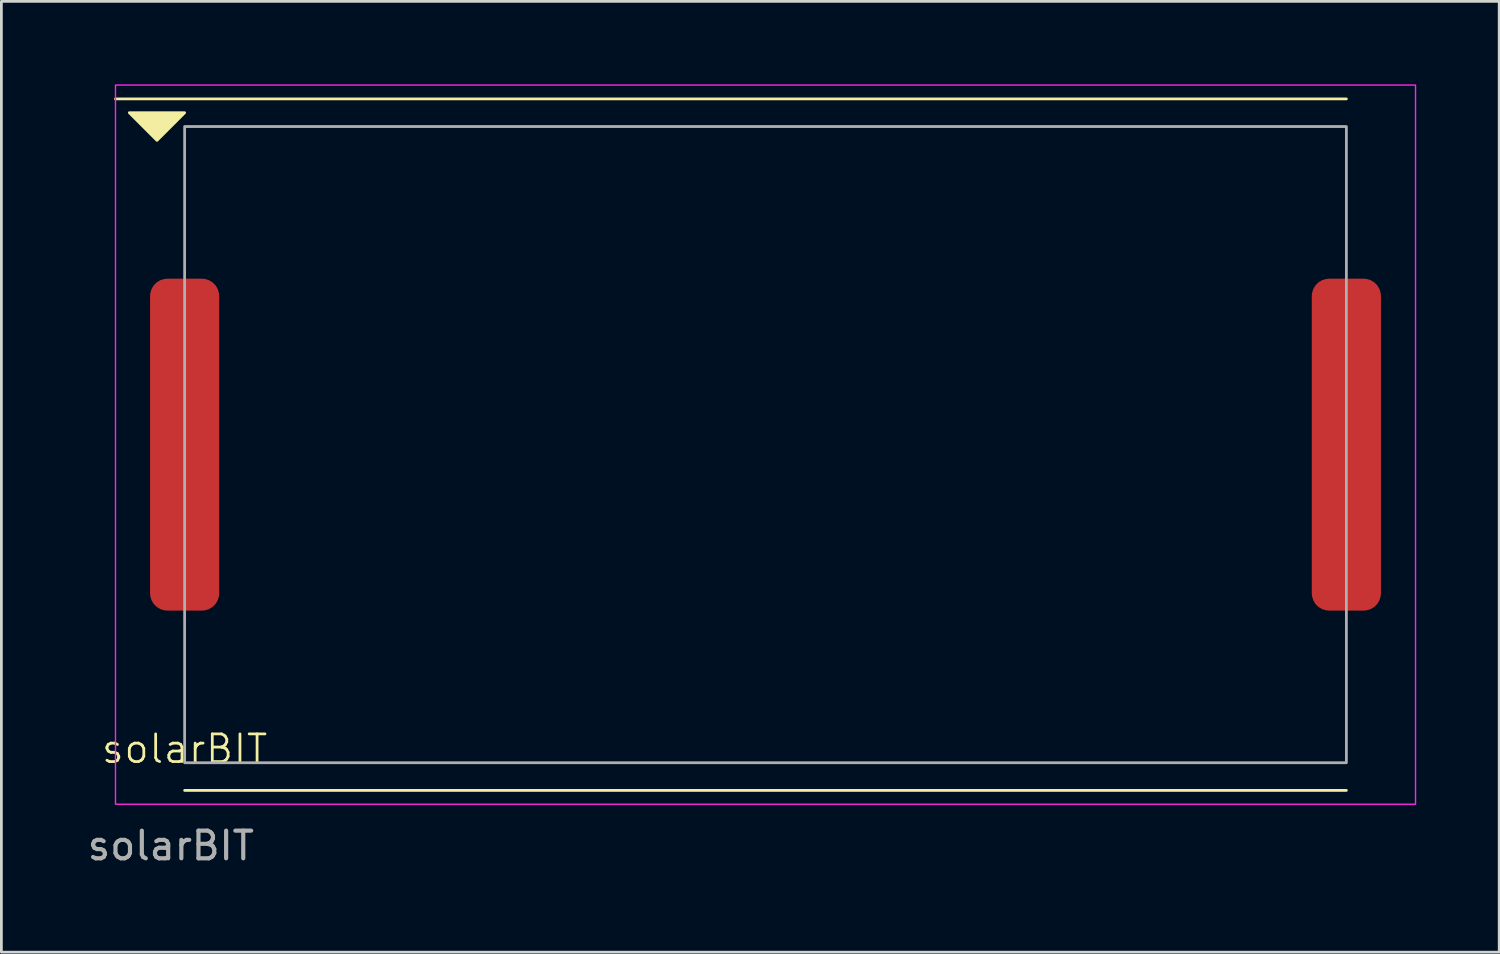
<source format=kicad_pcb>
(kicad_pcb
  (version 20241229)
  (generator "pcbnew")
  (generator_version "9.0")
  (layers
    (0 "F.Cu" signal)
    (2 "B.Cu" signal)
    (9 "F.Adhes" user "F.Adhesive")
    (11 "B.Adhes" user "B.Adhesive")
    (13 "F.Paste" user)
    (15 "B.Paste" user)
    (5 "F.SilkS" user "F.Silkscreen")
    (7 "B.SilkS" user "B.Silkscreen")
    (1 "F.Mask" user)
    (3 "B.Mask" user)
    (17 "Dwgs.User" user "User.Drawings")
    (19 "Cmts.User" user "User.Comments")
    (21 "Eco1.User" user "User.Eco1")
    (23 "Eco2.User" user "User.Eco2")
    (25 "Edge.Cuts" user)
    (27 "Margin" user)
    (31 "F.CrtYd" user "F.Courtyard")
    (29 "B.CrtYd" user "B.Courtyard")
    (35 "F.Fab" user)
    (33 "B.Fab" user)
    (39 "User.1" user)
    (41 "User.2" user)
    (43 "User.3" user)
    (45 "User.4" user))
  (footprint "solarBIT"
    (layer "F.Cu")
    (at 3.625 24.525)
    (property "Reference" "solarBIT" (at 0 -0.5 0) (unlocked yes) (layer "F.SilkS") (effects (font (size 1 1) (thickness 0.1))))
    (attr smd)
    (fp_line (start -2.5 -24) (end 42 -24) (stroke (width 0.1) (type default)) (layer "F.SilkS"))
    (fp_line (start 0 1) (end 42 1) (stroke (width 0.1) (type default)) (layer "F.SilkS"))
    (fp_poly (pts (xy -2 -23.5) (xy -1 -22.5) (xy 0 -23.5)) (stroke (width 0.1) (type solid)) (fill yes) (layer "F.SilkS"))
    (fp_rect (start -2.5 -24.5) (end 44.5 1.5) (stroke (width 0.05) (type default)) (fill no) (layer "F.CrtYd"))
    (fp_rect (start 0 -23) (end 42 0) (stroke (width 0.1) (type default)) (fill no) (layer "F.Fab"))
    (fp_text user "${REFERENCE}" (at -0.5 3 0) (unlocked yes) (layer "F.Fab") (effects (font (size 1 1) (thickness 0.15))))
    (pad "1" smd roundrect (at 0 -11.5) (size 2.5 12) (layers "F.Cu" "F.Mask" "F.Paste") (roundrect_rratio 0.25))
    (pad "2" smd roundrect (at 42 -11.5) (size 2.5 12) (layers "F.Cu" "F.Mask" "F.Paste") (roundrect_rratio 0.25)))
  (gr_rect
    (start -3 -3)
    (end 51.15 31.373)
    (stroke (width 0.1) (type default))
    (fill no)
    (layer "Edge.Cuts")))
</source>
